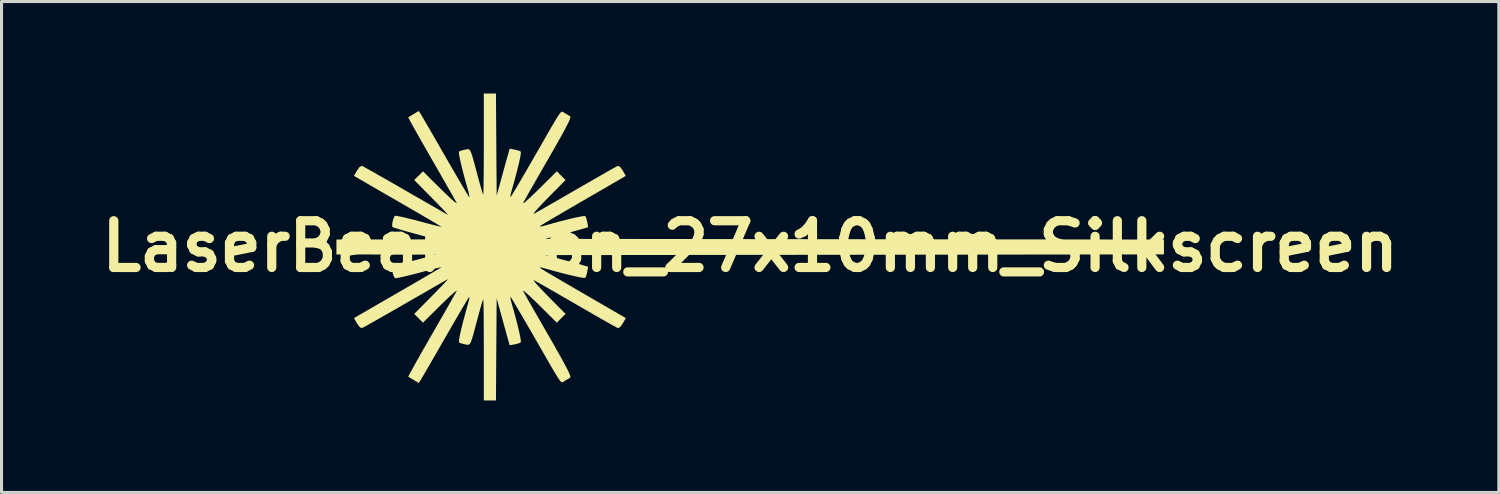
<source format=kicad_pcb>
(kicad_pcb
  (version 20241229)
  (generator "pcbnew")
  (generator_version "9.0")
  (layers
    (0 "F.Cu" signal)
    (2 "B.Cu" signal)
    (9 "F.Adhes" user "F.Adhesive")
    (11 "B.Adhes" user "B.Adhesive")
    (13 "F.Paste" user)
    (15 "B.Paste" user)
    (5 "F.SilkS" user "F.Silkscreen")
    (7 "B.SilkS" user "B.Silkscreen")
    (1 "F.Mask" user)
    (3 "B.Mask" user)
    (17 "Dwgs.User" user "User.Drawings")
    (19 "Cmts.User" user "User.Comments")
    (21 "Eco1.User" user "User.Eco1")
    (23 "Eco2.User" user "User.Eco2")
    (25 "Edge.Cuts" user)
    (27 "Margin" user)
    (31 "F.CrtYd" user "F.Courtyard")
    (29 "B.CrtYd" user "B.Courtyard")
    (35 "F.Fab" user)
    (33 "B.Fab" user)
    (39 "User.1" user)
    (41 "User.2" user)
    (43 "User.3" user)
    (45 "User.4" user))
  (footprint "LaserBeamIcon_27x10mm_Silkscreen"
    (layer "F.Cu")
    (at 21.416 4.983)
    (property "Reference" "LaserBeamIcon_27x10mm_Silkscreen" (at 0 0 0) (layer "F.SilkS") (effects (font (size 1.524 1.524) (thickness 0.3))))
    (attr exclude_from_pos_files exclude_from_bom)
    (fp_poly (pts (xy -8.28 -3.318) (xy -8.268 -1.654) (xy -8.122 -2.183) (xy -8.059 -2.413) (xy -7.997 -2.638) (xy -7.944 -2.828) (xy -7.91 -2.948) (xy -7.844 -3.184) (xy -7.681 -3.154) (xy -7.565 -3.125) (xy -7.489 -3.094) (xy -7.482 -3.089) (xy -7.479 -3.033) (xy -7.5 -2.903) (xy -7.542 -2.709) (xy -7.603 -2.461) (xy -7.68 -2.167) (xy -7.772 -1.839) (xy -7.787 -1.788) (xy -7.815 -1.674) (xy -7.82 -1.613) (xy -7.809 -1.611) (xy -7.778 -1.659) (xy -7.709 -1.773) (xy -7.606 -1.945) (xy -7.476 -2.167) (xy -7.324 -2.427) (xy -7.156 -2.718) (xy -7.032 -2.932) (xy -6.815 -3.31) (xy -6.638 -3.619) (xy -6.496 -3.865) (xy -6.385 -4.054) (xy -6.301 -4.194) (xy -6.238 -4.291) (xy -6.191 -4.352) (xy -6.157 -4.384) (xy -6.131 -4.392) (xy -6.108 -4.385) (xy -6.084 -4.367) (xy -6.053 -4.347) (xy -6.051 -4.346) (xy -5.944 -4.285) (xy -5.87 -4.24) (xy -5.862 -4.214) (xy -5.877 -4.155) (xy -5.918 -4.058) (xy -5.989 -3.916) (xy -6.092 -3.723) (xy -6.231 -3.472) (xy -6.41 -3.157) (xy -6.58 -2.86) (xy -6.763 -2.543) (xy -6.933 -2.247) (xy -7.085 -1.98) (xy -7.215 -1.753) (xy -7.315 -1.576) (xy -7.382 -1.457) (xy -7.407 -1.411) (xy -7.395 -1.405) (xy -7.33 -1.455) (xy -7.22 -1.552) (xy -7.073 -1.69) (xy -6.897 -1.86) (xy -6.884 -1.873) (xy -6.306 -2.446) (xy -6.021 -2.161) (xy -6.593 -1.583) (xy -6.766 -1.406) (xy -6.906 -1.256) (xy -7.006 -1.143) (xy -7.06 -1.074) (xy -7.058 -1.059) (xy -7.056 -1.06) (xy -6.992 -1.095) (xy -6.862 -1.168) (xy -6.675 -1.275) (xy -6.441 -1.409) (xy -6.171 -1.564) (xy -5.874 -1.736) (xy -5.666 -1.856) (xy -5.358 -2.033) (xy -5.074 -2.197) (xy -4.821 -2.342) (xy -4.61 -2.462) (xy -4.45 -2.552) (xy -4.35 -2.607) (xy -4.321 -2.621) (xy -4.252 -2.601) (xy -4.169 -2.494) (xy -4.156 -2.471) (xy -4.057 -2.297) (xy -4.354 -2.123) (xy -4.472 -2.055) (xy -4.653 -1.95) (xy -4.884 -1.816) (xy -5.15 -1.662) (xy -5.438 -1.495) (xy -5.733 -1.324) (xy -6.014 -1.161) (xy -6.27 -1.011) (xy -6.493 -0.88) (xy -6.67 -0.774) (xy -6.793 -0.699) (xy -6.852 -0.661) (xy -6.854 -0.659) (xy -6.845 -0.644) (xy -6.773 -0.655) (xy -6.744 -0.663) (xy -6.45 -0.746) (xy -6.168 -0.822) (xy -5.91 -0.887) (xy -5.69 -0.938) (xy -5.519 -0.973) (xy -5.411 -0.988) (xy -5.378 -0.985) (xy -5.347 -0.92) (xy -5.317 -0.808) (xy -5.313 -0.786) (xy -5.283 -0.623) (xy -5.497 -0.56) (xy -5.63 -0.523) (xy -5.819 -0.47) (xy -6.037 -0.412) (xy -6.196 -0.37) (xy -6.681 -0.243) (xy 3.407 -0.231) (xy 13.494 -0.22) (xy 13.494 0.264) (xy 3.407 0.276) (xy -6.681 0.287) (xy -6.196 0.414) (xy -5.975 0.473) (xy -5.762 0.53) (xy -5.585 0.579) (xy -5.497 0.604) (xy -5.283 0.667) (xy -5.313 0.83) (xy -5.341 0.946) (xy -5.373 1.022) (xy -5.378 1.029) (xy -5.431 1.03) (xy -5.556 1.01) (xy -5.741 0.971) (xy -5.972 0.916) (xy -6.237 0.848) (xy -6.523 0.77) (xy -6.744 0.707) (xy -6.831 0.688) (xy -6.859 0.696) (xy -6.854 0.703) (xy -6.807 0.735) (xy -6.693 0.805) (xy -6.523 0.906) (xy -6.306 1.034) (xy -6.054 1.182) (xy -5.776 1.343) (xy -5.733 1.368) (xy -5.435 1.541) (xy -5.147 1.708) (xy -4.881 1.862) (xy -4.651 1.995) (xy -4.471 2.1) (xy -4.354 2.167) (xy -4.057 2.341) (xy -4.156 2.516) (xy -4.241 2.635) (xy -4.312 2.668) (xy -4.321 2.665) (xy -4.373 2.638) (xy -4.493 2.572) (xy -4.67 2.472) (xy -4.894 2.344) (xy -5.158 2.193) (xy -5.45 2.024) (xy -5.666 1.9) (xy -5.975 1.721) (xy -6.265 1.554) (xy -6.524 1.405) (xy -6.743 1.28) (xy -6.912 1.184) (xy -7.021 1.123) (xy -7.056 1.104) (xy -7.061 1.116) (xy -7.012 1.181) (xy -6.914 1.291) (xy -6.777 1.438) (xy -6.606 1.614) (xy -6.593 1.627) (xy -6.021 2.205) (xy -6.306 2.49) (xy -6.884 1.917) (xy -7.061 1.745) (xy -7.21 1.605) (xy -7.324 1.504) (xy -7.392 1.451) (xy -7.408 1.453) (xy -7.407 1.455) (xy -7.372 1.518) (xy -7.299 1.649) (xy -7.193 1.836) (xy -7.059 2.071) (xy -6.903 2.343) (xy -6.73 2.644) (xy -6.58 2.904) (xy -6.368 3.274) (xy -6.198 3.575) (xy -6.067 3.813) (xy -5.971 3.995) (xy -5.907 4.127) (xy -5.872 4.215) (xy -5.862 4.266) (xy -5.87 4.284) (xy -5.953 4.334) (xy -6.051 4.39) (xy -6.082 4.41) (xy -6.107 4.428) (xy -6.13 4.436) (xy -6.156 4.429) (xy -6.189 4.399) (xy -6.234 4.34) (xy -6.296 4.245) (xy -6.379 4.108) (xy -6.489 3.922) (xy -6.628 3.68) (xy -6.803 3.375) (xy -7.018 3.002) (xy -7.032 2.977) (xy -7.209 2.67) (xy -7.373 2.387) (xy -7.519 2.138) (xy -7.641 1.931) (xy -7.734 1.775) (xy -7.792 1.681) (xy -7.809 1.656) (xy -7.821 1.669) (xy -7.809 1.747) (xy -7.787 1.832) (xy -7.693 2.164) (xy -7.613 2.463) (xy -7.55 2.719) (xy -7.505 2.922) (xy -7.481 3.062) (xy -7.48 3.13) (xy -7.482 3.133) (xy -7.547 3.164) (xy -7.658 3.194) (xy -7.681 3.198) (xy -7.844 3.228) (xy -7.91 2.992) (xy -7.949 2.854) (xy -8.003 2.658) (xy -8.066 2.432) (xy -8.122 2.227) (xy -8.268 1.698) (xy -8.28 3.362) (xy -8.291 5.027) (xy -8.687 5.027) (xy -8.687 3.366) (xy -8.688 2.994) (xy -8.689 2.652) (xy -8.691 2.35) (xy -8.694 2.097) (xy -8.698 1.902) (xy -8.702 1.775) (xy -8.706 1.725) (xy -8.707 1.725) (xy -8.725 1.772) (xy -8.761 1.889) (xy -8.809 2.059) (xy -8.866 2.267) (xy -8.886 2.339) (xy -8.965 2.636) (xy -9.025 2.859) (xy -9.072 3.017) (xy -9.109 3.121) (xy -9.143 3.182) (xy -9.177 3.209) (xy -9.217 3.213) (xy -9.268 3.204) (xy -9.298 3.198) (xy -9.414 3.169) (xy -9.489 3.138) (xy -9.495 3.133) (xy -9.498 3.077) (xy -9.478 2.948) (xy -9.436 2.753) (xy -9.375 2.505) (xy -9.297 2.211) (xy -9.206 1.884) (xy -9.191 1.832) (xy -9.163 1.718) (xy -9.157 1.657) (xy -9.169 1.656) (xy -9.2 1.703) (xy -9.269 1.817) (xy -9.372 1.99) (xy -9.501 2.211) (xy -9.653 2.472) (xy -9.822 2.763) (xy -9.945 2.977) (xy -10.123 3.286) (xy -10.289 3.575) (xy -10.438 3.833) (xy -10.564 4.05) (xy -10.662 4.217) (xy -10.724 4.324) (xy -10.744 4.357) (xy -10.809 4.458) (xy -10.972 4.36) (xy -11.075 4.298) (xy -11.141 4.257) (xy -11.15 4.251) (xy -11.132 4.211) (xy -11.076 4.104) (xy -10.984 3.938) (xy -10.863 3.722) (xy -10.718 3.465) (xy -10.552 3.175) (xy -10.396 2.902) (xy -10.214 2.585) (xy -10.044 2.289) (xy -9.891 2.023) (xy -9.762 1.796) (xy -9.662 1.619) (xy -9.596 1.501) (xy -9.571 1.455) (xy -9.582 1.449) (xy -9.648 1.499) (xy -9.758 1.596) (xy -9.905 1.734) (xy -10.08 1.905) (xy -10.093 1.917) (xy -10.671 2.49) (xy -10.957 2.205) (xy -10.384 1.626) (xy -10.207 1.445) (xy -10.056 1.29) (xy -9.942 1.169) (xy -9.872 1.092) (xy -9.855 1.068) (xy -9.856 1.069) (xy -9.903 1.095) (xy -10.018 1.16) (xy -10.191 1.259) (xy -10.413 1.387) (xy -10.676 1.538) (xy -10.97 1.707) (xy -11.245 1.865) (xy -11.56 2.047) (xy -11.853 2.214) (xy -12.114 2.363) (xy -12.334 2.488) (xy -12.504 2.583) (xy -12.615 2.644) (xy -12.656 2.665) (xy -12.724 2.646) (xy -12.806 2.541) (xy -12.821 2.516) (xy -12.921 2.341) (xy -12.667 2.193) (xy -12.564 2.134) (xy -12.397 2.037) (xy -12.178 1.91) (xy -11.918 1.76) (xy -11.631 1.594) (xy -11.327 1.418) (xy -11.236 1.366) (xy -10.945 1.198) (xy -10.681 1.044) (xy -10.453 0.911) (xy -10.269 0.802) (xy -10.14 0.725) (xy -10.074 0.684) (xy -10.067 0.678) (xy -10.111 0.687) (xy -10.225 0.714) (xy -10.397 0.758) (xy -10.611 0.814) (xy -10.804 0.865) (xy -11.046 0.928) (xy -11.26 0.98) (xy -11.431 1.018) (xy -11.544 1.039) (xy -11.581 1.04) (xy -11.619 0.989) (xy -11.653 0.888) (xy -11.675 0.776) (xy -11.675 0.691) (xy -11.667 0.672) (xy -11.618 0.652) (xy -11.498 0.615) (xy -11.323 0.564) (xy -11.108 0.503) (xy -10.947 0.459) (xy -10.253 0.271) (xy -11.873 0.268) (xy -13.494 0.265) (xy -13.494 -0.22) (xy -11.873 -0.224) (xy -10.253 -0.227) (xy -10.947 -0.415) (xy -11.182 -0.479) (xy -11.386 -0.538) (xy -11.544 -0.585) (xy -11.642 -0.617) (xy -11.667 -0.628) (xy -11.678 -0.689) (xy -11.665 -0.794) (xy -11.635 -0.904) (xy -11.598 -0.982) (xy -11.581 -0.996) (xy -11.524 -0.991) (xy -11.397 -0.967) (xy -11.215 -0.925) (xy -10.993 -0.87) (xy -10.804 -0.821) (xy -10.565 -0.757) (xy -10.358 -0.704) (xy -10.197 -0.663) (xy -10.096 -0.639) (xy -10.067 -0.634) (xy -10.102 -0.657) (xy -10.204 -0.719) (xy -10.364 -0.814) (xy -10.573 -0.937) (xy -10.822 -1.082) (xy -11.102 -1.244) (xy -11.236 -1.322) (xy -11.542 -1.499) (xy -11.836 -1.668) (xy -12.105 -1.824) (xy -12.338 -1.958) (xy -12.521 -2.065) (xy -12.644 -2.136) (xy -12.667 -2.149) (xy -12.921 -2.297) (xy -12.821 -2.472) (xy -12.737 -2.59) (xy -12.666 -2.624) (xy -12.656 -2.621) (xy -12.603 -2.594) (xy -12.484 -2.528) (xy -12.306 -2.428) (xy -12.079 -2.299) (xy -11.813 -2.148) (xy -11.517 -1.978) (xy -11.245 -1.821) (xy -10.931 -1.64) (xy -10.64 -1.473) (xy -10.382 -1.325) (xy -10.165 -1.201) (xy -9.999 -1.106) (xy -9.893 -1.045) (xy -9.856 -1.024) (xy -9.871 -1.047) (xy -9.94 -1.123) (xy -10.053 -1.242) (xy -10.203 -1.397) (xy -10.38 -1.577) (xy -10.384 -1.582) (xy -10.957 -2.161) (xy -10.671 -2.446) (xy -10.093 -1.873) (xy -9.916 -1.701) (xy -9.767 -1.561) (xy -9.654 -1.46) (xy -9.585 -1.407) (xy -9.569 -1.409) (xy -9.57 -1.411) (xy -9.605 -1.474) (xy -9.678 -1.604) (xy -9.784 -1.792) (xy -9.918 -2.026) (xy -10.074 -2.299) (xy -10.247 -2.6) (xy -10.395 -2.858) (xy -10.574 -3.17) (xy -10.737 -3.456) (xy -10.88 -3.709) (xy -10.998 -3.919) (xy -11.085 -4.077) (xy -11.137 -4.176) (xy -11.15 -4.207) (xy -11.106 -4.234) (xy -11.014 -4.29) (xy -10.972 -4.316) (xy -10.809 -4.414) (xy -10.744 -4.313) (xy -10.707 -4.251) (xy -10.632 -4.122) (xy -10.524 -3.937) (xy -10.39 -3.705) (xy -10.234 -3.435) (xy -10.063 -3.138) (xy -9.945 -2.932) (xy -9.768 -2.626) (xy -9.604 -2.343) (xy -9.459 -2.094) (xy -9.337 -1.887) (xy -9.244 -1.731) (xy -9.186 -1.636) (xy -9.169 -1.611) (xy -9.156 -1.625) (xy -9.169 -1.703) (xy -9.191 -1.788) (xy -9.284 -2.12) (xy -9.364 -2.419) (xy -9.428 -2.675) (xy -9.473 -2.878) (xy -9.497 -3.018) (xy -9.497 -3.086) (xy -9.495 -3.089) (xy -9.431 -3.12) (xy -9.319 -3.149) (xy -9.298 -3.154) (xy -9.24 -3.165) (xy -9.196 -3.169) (xy -9.159 -3.155) (xy -9.126 -3.112) (xy -9.091 -3.03) (xy -9.05 -2.9) (xy -8.997 -2.71) (xy -8.927 -2.451) (xy -8.886 -2.294) (xy -8.827 -2.078) (xy -8.775 -1.895) (xy -8.735 -1.759) (xy -8.71 -1.687) (xy -8.707 -1.681) (xy -8.702 -1.719) (xy -8.698 -1.835) (xy -8.695 -2.021) (xy -8.692 -2.267) (xy -8.689 -2.563) (xy -8.688 -2.9) (xy -8.687 -3.268) (xy -8.687 -3.322) (xy -8.687 -4.983) (xy -8.291 -4.983)) (stroke (width 0) (type solid)) (fill yes) (layer "F.SilkS")))
  (gr_rect
    (start -3 -3)
    (end 45.832 13.01)
    (stroke (width 0.1) (type default))
    (fill no)
    (layer "Edge.Cuts")))
</source>
